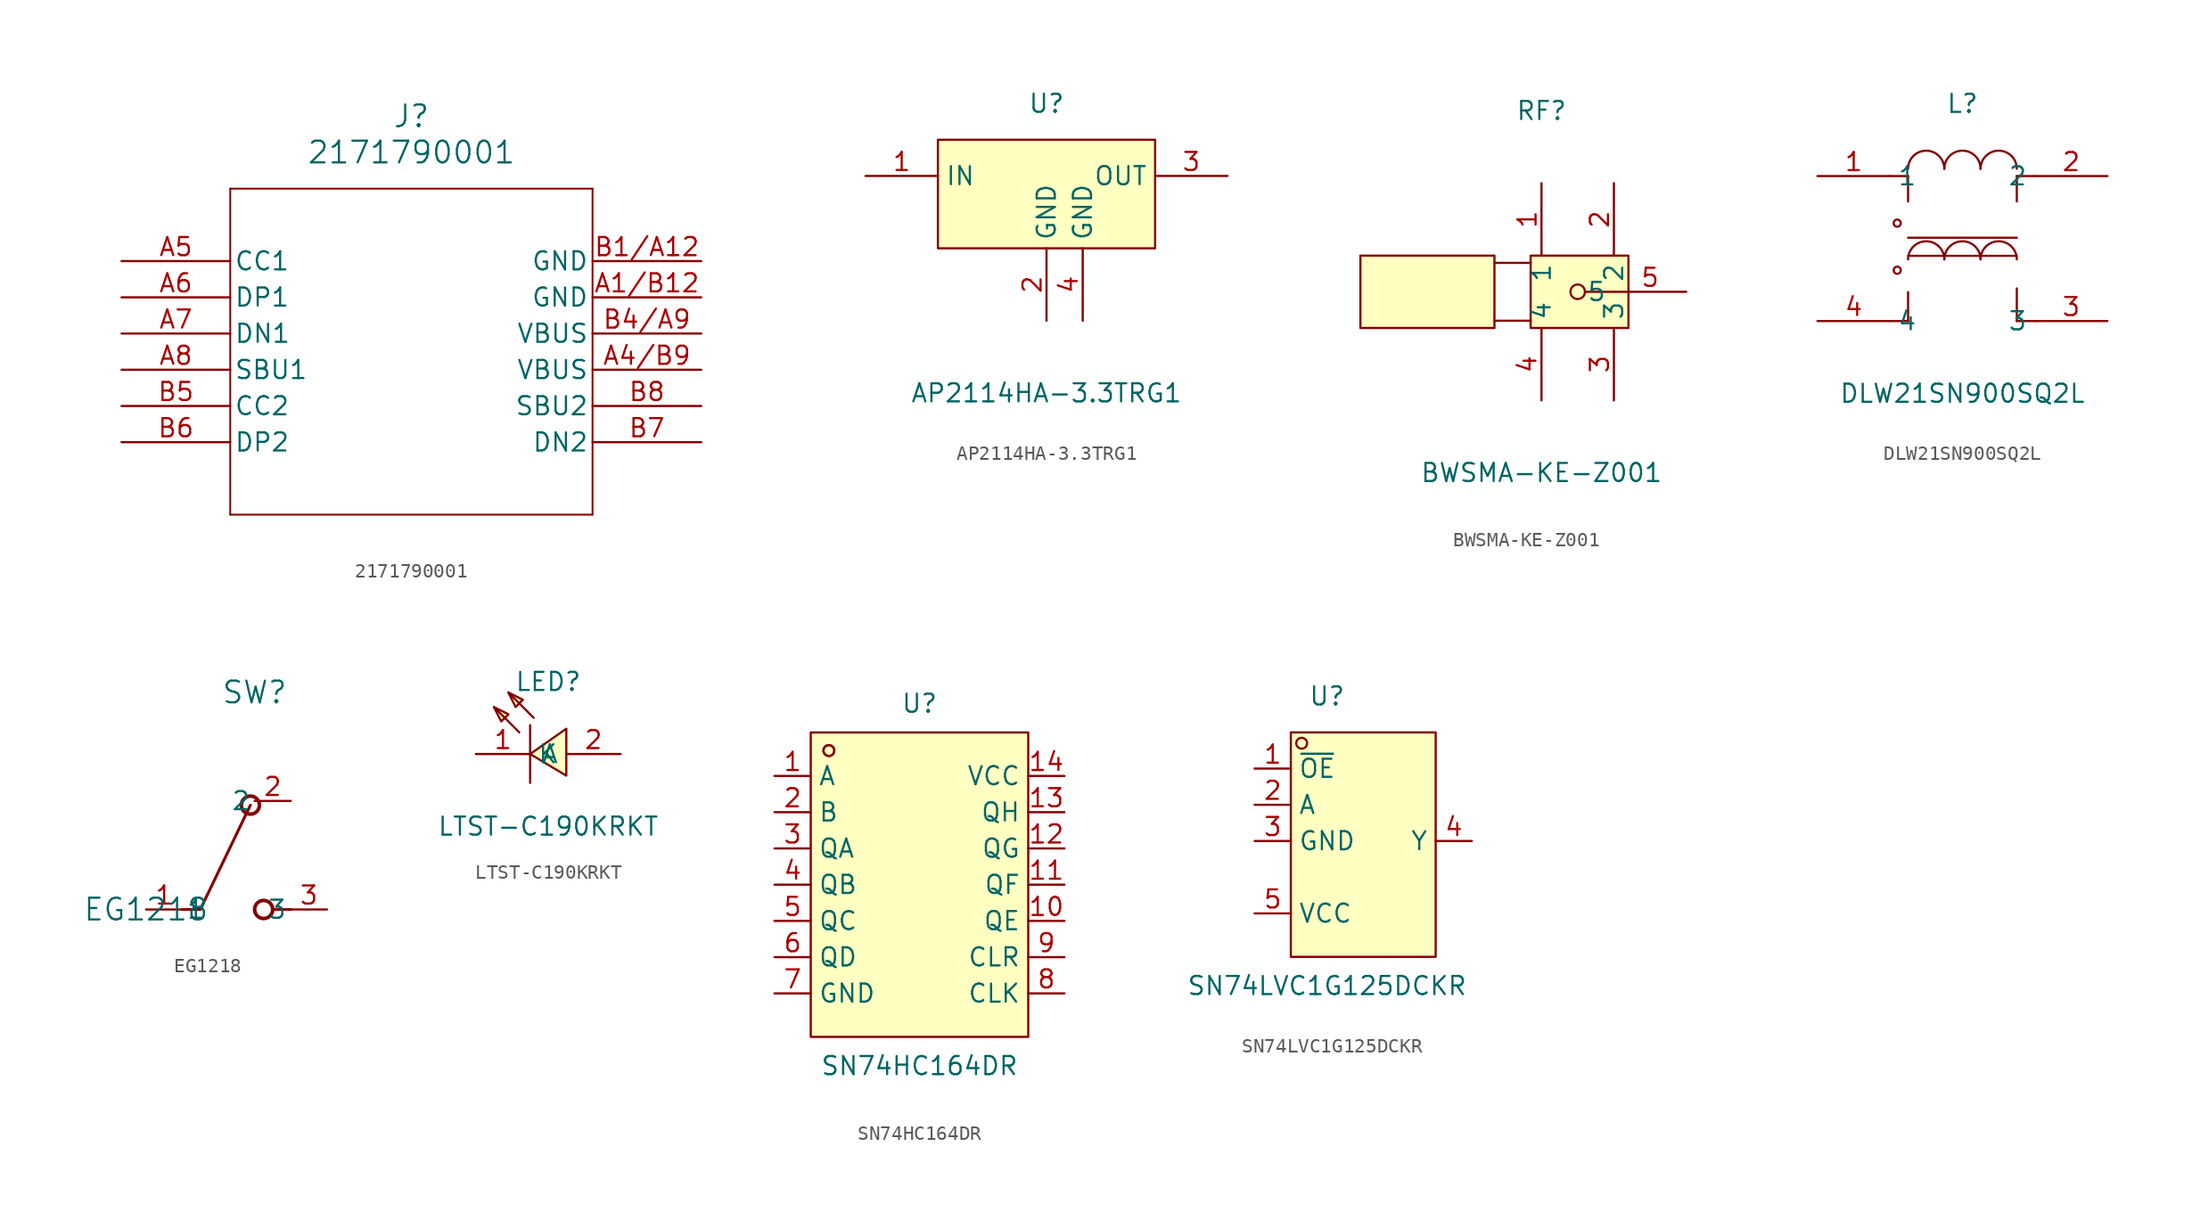
<source format=kicad_sym>
(kicad_symbol_lib
  (version 20220914)
  (generator kicad_symbol_editor)
  (symbol "2171790001"
    (pin_names
      (offset 0.254))
    (property "Reference" "J"
      (at 20.32 10.16 0)
      (effects (font (size 1.524 1.524))))
    (property "Value" "2171790001"
      (at 20.32 7.62 0)
      (effects (font (size 1.524 1.524))))
    (property "ki_locked" ""
      (at 0 0 0)
      (effects (font (size 1.27 1.27))))
    (symbol "2171790001_0_1"
      (polyline (pts (xy 7.62 -17.78) (xy 33.02 -17.78)) (stroke (width 0.127) (type default)) (fill (type none)))
      (polyline (pts (xy 7.62 5.08) (xy 7.62 -17.78)) (stroke (width 0.127) (type default)) (fill (type none)))
      (polyline (pts (xy 33.02 -17.78) (xy 33.02 5.08)) (stroke (width 0.127) (type default)) (fill (type none)))
      (polyline (pts (xy 33.02 5.08) (xy 7.62 5.08)) (stroke (width 0.127) (type default)) (fill (type none)))
      (pin power_out line (at 40.64 -2.54 180) (length 7.62) (name "GND" (effects (font (size 1.27 1.27)))) (number "A1/B12" (effects (font (size 1.27 1.27)))))
      (pin power_in line (at 40.64 -7.62 180) (length 7.62) (name "VBUS" (effects (font (size 1.27 1.27)))) (number "A4/B9" (effects (font (size 1.27 1.27)))))
      (pin bidirectional line (at 0 0 0) (length 7.62) (name "CC1" (effects (font (size 1.27 1.27)))) (number "A5" (effects (font (size 1.27 1.27)))))
      (pin bidirectional line (at 0 -2.54 0) (length 7.62) (name "DP1" (effects (font (size 1.27 1.27)))) (number "A6" (effects (font (size 1.27 1.27)))))
      (pin bidirectional line (at 0 -5.08 0) (length 7.62) (name "DN1" (effects (font (size 1.27 1.27)))) (number "A7" (effects (font (size 1.27 1.27)))))
      (pin bidirectional line (at 0 -7.62 0) (length 7.62) (name "SBU1" (effects (font (size 1.27 1.27)))) (number "A8" (effects (font (size 1.27 1.27)))))
      (pin power_out line (at 40.64 0 180) (length 7.62) (name "GND" (effects (font (size 1.27 1.27)))) (number "B1/A12" (effects (font (size 1.27 1.27)))))
      (pin power_in line (at 40.64 -5.08 180) (length 7.62) (name "VBUS" (effects (font (size 1.27 1.27)))) (number "B4/A9" (effects (font (size 1.27 1.27)))))
      (pin bidirectional line (at 0 -10.16 0) (length 7.62) (name "CC2" (effects (font (size 1.27 1.27)))) (number "B5" (effects (font (size 1.27 1.27)))))
      (pin bidirectional line (at 0 -12.7 0) (length 7.62) (name "DP2" (effects (font (size 1.27 1.27)))) (number "B6" (effects (font (size 1.27 1.27)))))
      (pin bidirectional line (at 40.64 -12.7 180) (length 7.62) (name "DN2" (effects (font (size 1.27 1.27)))) (number "B7" (effects (font (size 1.27 1.27)))))
      (pin bidirectional line (at 40.64 -10.16 180) (length 7.62) (name "SBU2" (effects (font (size 1.27 1.27)))) (number "B8" (effects (font (size 1.27 1.27)))))))
  (symbol "AP2114HA-3.3TRG1"
    (property "Reference" "U"
      (at 0 5.08 0)
      (effects (font (size 1.27 1.27))))
    (property "Value" "AP2114HA-3.3TRG1"
      (at 0 -15.24 0)
      (effects (font (size 1.27 1.27))))
    (symbol "AP2114HA-3.3TRG1_0_1"
      (rectangle (start -7.62 2.54) (end 7.62 -5.08) (stroke (width 0) (type default)) (fill (type background)))
      (pin power_in line (at -12.7 0 0) (length 5.08) (name "IN" (effects (font (size 1.27 1.27)))) (number "1" (effects (font (size 1.27 1.27)))))
      (pin power_in line (at 0 -10.16 90) (length 5.08) (name "GND" (effects (font (size 1.27 1.27)))) (number "2" (effects (font (size 1.27 1.27)))))
      (pin power_in line (at 2.54 -10.16 90) (length 5.08) (name "GND" (effects (font (size 1.27 1.27)))) (number "4" (effects (font (size 1.27 1.27))))))
    (symbol "AP2114HA-3.3TRG1_1_1"
      (pin power_out line (at 12.7 0 180) (length 5.08) (name "OUT" (effects (font (size 1.27 1.27)))) (number "3" (effects (font (size 1.27 1.27)))))))
  (symbol "BWSMA-KE-Z001"
    (property "Reference" "RF"
      (at 0 12.7 0)
      (effects (font (size 1.27 1.27))))
    (property "Value" "BWSMA-KE-Z001"
      (at 0 -12.7 0)
      (effects (font (size 1.27 1.27))))
    (symbol "BWSMA-KE-Z001_0_1"
      (rectangle (start -12.7 2.54) (end -3.3 -2.54) (stroke (width 0) (type default)) (fill (type background)))
      (rectangle (start -0.76 2.54) (end 6.1 -2.54) (stroke (width 0) (type default)) (fill (type background)))
      (polyline (pts (xy -3.3 -2.03) (xy -0.76 -2.03)) (stroke (width 0) (type default)) (fill (type none)))
      (polyline (pts (xy -3.3 2.03) (xy -0.76 2.03)) (stroke (width 0) (type default)) (fill (type none)))
      (polyline (pts (xy 3.05 0) (xy 5.08 0)) (stroke (width 0) (type default)) (fill (type none)))
      (circle (center 2.54 0) (radius 0.51) (stroke (width 0) (type default)) (fill (type none)))
      (pin unspecified line (at 0 7.62 270) (length 5.08) (name "1" (effects (font (size 1.27 1.27)))) (number "1" (effects (font (size 1.27 1.27)))))
      (pin unspecified line (at 5.08 7.62 270) (length 5.08) (name "2" (effects (font (size 1.27 1.27)))) (number "2" (effects (font (size 1.27 1.27)))))
      (pin unspecified line (at 5.08 -7.62 90) (length 5.08) (name "3" (effects (font (size 1.27 1.27)))) (number "3" (effects (font (size 1.27 1.27)))))
      (pin unspecified line (at 0 -7.62 90) (length 5.08) (name "4" (effects (font (size 1.27 1.27)))) (number "4" (effects (font (size 1.27 1.27)))))
      (pin unspecified line (at 10.16 0 180) (length 5.08) (name "5" (effects (font (size 1.27 1.27)))) (number "5" (effects (font (size 1.27 1.27)))))))
  (symbol "DLW21SN900SQ2L"
    (property "Reference" "L"
      (at 0 8.89 0)
      (effects (font (size 1.27 1.27))))
    (property "Value" "DLW21SN900SQ2L"
      (at 0 -11.43 0)
      (effects (font (size 1.27 1.27))))
    (symbol "DLW21SN900SQ2L_0_1"
      (circle (center -4.57 -2.79) (radius 0.25) (stroke (width 0) (type default)) (fill (type none)))
      (circle (center -4.57 0.51) (radius 0.25) (stroke (width 0) (type default)) (fill (type none)))
      (arc (start -1.27 -2.03) (mid -2.54 -0.761) (end -3.81 -2.03) (stroke (width 0) (type default)) (fill (type none)))
      (arc (start -1.27 4.32) (mid -2.27 5.56) (end -3.81 4.32) (stroke (width 0) (type default)) (fill (type none)))
      (polyline (pts (xy -5.08 -6.35) (xy -3.81 -6.35)) (stroke (width 0) (type default)) (fill (type none)))
      (polyline (pts (xy -5.08 3.81) (xy -3.81 3.81)) (stroke (width 0) (type default)) (fill (type none)))
      (polyline (pts (xy -3.81 -6.35) (xy -3.81 -4.32)) (stroke (width 0) (type default)) (fill (type none)))
      (polyline (pts (xy -3.81 3.81) (xy -3.81 2.03)) (stroke (width 0) (type default)) (fill (type none)))
      (polyline (pts (xy 3.81 -6.35) (xy 3.81 -4.06)) (stroke (width 0) (type default)) (fill (type none)))
      (polyline (pts (xy 3.81 -6.35) (xy 5.08 -6.35)) (stroke (width 0) (type default)) (fill (type none)))
      (polyline (pts (xy 3.81 -1.78) (xy -3.81 -1.78)) (stroke (width 0) (type default)) (fill (type none)))
      (polyline (pts (xy 3.81 -0.51) (xy -3.81 -0.51)) (stroke (width 0) (type default)) (fill (type none)))
      (polyline (pts (xy 3.81 3.81) (xy 3.81 2.03)) (stroke (width 0) (type default)) (fill (type none)))
      (polyline (pts (xy 3.81 3.81) (xy 5.08 3.81)) (stroke (width 0) (type default)) (fill (type none)))
      (arc (start 1.27 -2.03) (mid 0 -0.761) (end -1.27 -2.03) (stroke (width 0) (type default)) (fill (type none)))
      (arc (start 1.27 4.32) (mid 0.27 5.56) (end -1.27 4.32) (stroke (width 0) (type default)) (fill (type none)))
      (arc (start 3.81 -2.03) (mid 2.54 -0.761) (end 1.27 -2.03) (stroke (width 0) (type default)) (fill (type none)))
      (arc (start 3.81 4.32) (mid 2.81 5.56) (end 1.27 4.32) (stroke (width 0) (type default)) (fill (type none)))
      (pin unspecified line (at -10.16 3.81 0) (length 5.08) (name "1" (effects (font (size 1.27 1.27)))) (number "1" (effects (font (size 1.27 1.27)))))
      (pin unspecified line (at 10.16 3.81 180) (length 5.08) (name "2" (effects (font (size 1.27 1.27)))) (number "2" (effects (font (size 1.27 1.27)))))
      (pin unspecified line (at 10.16 -6.35 180) (length 5.08) (name "3" (effects (font (size 1.27 1.27)))) (number "3" (effects (font (size 1.27 1.27)))))
      (pin unspecified line (at -10.16 -6.35 0) (length 5.08) (name "4" (effects (font (size 1.27 1.27)))) (number "4" (effects (font (size 1.27 1.27)))))))
  (symbol "EG1218"
    (pin_names
      (offset 0.254))
    (property "Reference" "SW"
      (at 7.62 15.24 0)
      (effects (font (size 1.524 1.524))))
    (property "Value" "EG1218"
      (at 0 0 0)
      (effects (font (size 1.524 1.524))))
    (property "ki_locked" ""
      (at 0 0 0)
      (effects (font (size 1.27 1.27))))
    (symbol "EG1218_0_1"
      (polyline (pts (xy 2.54 0) (xy 3.81 0)) (stroke (width 0.203) (type default)) (fill (type none)))
      (polyline (pts (xy 7.325 7.325) (xy 3.81 0)) (stroke (width 0.203) (type default)) (fill (type none)))
      (polyline (pts (xy 10.16 0) (xy 8.89 0)) (stroke (width 0.203) (type default)) (fill (type none)))
      (circle (center 7.325 7.325) (radius 0.635) (stroke (width 0.254) (type default)) (fill (type none)))
      (circle (center 8.255 0) (radius 0.635) (stroke (width 0.254) (type default)) (fill (type none)))
      (pin unspecified line (at 0 0 0) (length 2.54) (name "1" (effects (font (size 1.27 1.27)))) (number "1" (effects (font (size 1.27 1.27)))))
      (pin unspecified line (at 10.16 7.62 180) (length 2.54) (name "2" (effects (font (size 1.27 1.27)))) (number "2" (effects (font (size 1.27 1.27)))))
      (pin unspecified line (at 12.7 0 180) (length 2.54) (name "3" (effects (font (size 1.27 1.27)))) (number "3" (effects (font (size 1.27 1.27)))))))
  (symbol "LTST-C190KRKT"
    (property "Reference" "LED"
      (at 0 3.81 0)
      (effects (font (size 1.27 1.27))))
    (property "Value" "LTST-C190KRKT"
      (at 0 -6.35 0)
      (effects (font (size 1.27 1.27))))
    (symbol "LTST-C190KRKT_0_1"
      (polyline (pts (xy -2.03 0.25) (xy -3.81 2.03)) (stroke (width 0) (type default)) (fill (type none)))
      (polyline (pts (xy -1.27 0.76) (xy -1.27 -3.3)) (stroke (width 0) (type default)) (fill (type none)))
      (polyline (pts (xy -1.02 1.27) (xy -2.79 3.05)) (stroke (width 0) (type default)) (fill (type none)))
      (polyline (pts (xy -3.81 2.03) (xy -2.79 1.52) (xy -3.3 1.02) (xy -3.81 2.03)) (stroke (width 0) (type default)) (fill (type background)))
      (polyline (pts (xy -2.79 3.05) (xy -1.78 2.54) (xy -2.29 2.03) (xy -2.79 3.05)) (stroke (width 0) (type default)) (fill (type background)))
      (polyline (pts (xy 1.27 -2.79) (xy -1.27 -1.27) (xy 1.27 0.51) (xy 1.27 -2.79)) (stroke (width 0) (type default)) (fill (type background)))
      (pin unspecified line (at -5.08 -1.27 0) (length 3.81) (name "K" (effects (font (size 1.27 1.27)))) (number "1" (effects (font (size 1.27 1.27)))))
      (pin unspecified line (at 5.08 -1.27 180) (length 3.81) (name "A" (effects (font (size 1.27 1.27)))) (number "2" (effects (font (size 1.27 1.27)))))))
  (symbol "SN74HC164DR"
    (property "Reference" "U"
      (at 0 12.7 0)
      (effects (font (size 1.27 1.27))))
    (property "Value" "SN74HC164DR"
      (at 0 -12.7 0)
      (effects (font (size 1.27 1.27))))
    (symbol "SN74HC164DR_0_1"
      (rectangle (start -7.62 10.67) (end 7.62 -10.67) (stroke (width 0) (type default)) (fill (type background)))
      (circle (center -6.35 9.4) (radius 0.38) (stroke (width 0) (type default)) (fill (type none)))
      (circle (center -6.35 9.4) (radius 0.38) (stroke (width 0) (type default)) (fill (type none)))
      (pin unspecified line (at -10.16 7.62 0) (length 2.54) (name "A" (effects (font (size 1.27 1.27)))) (number "1" (effects (font (size 1.27 1.27)))))
      (pin unspecified line (at 10.16 -2.54 180) (length 2.54) (name "QE" (effects (font (size 1.27 1.27)))) (number "10" (effects (font (size 1.27 1.27)))))
      (pin unspecified line (at 10.16 0 180) (length 2.54) (name "QF" (effects (font (size 1.27 1.27)))) (number "11" (effects (font (size 1.27 1.27)))))
      (pin unspecified line (at 10.16 2.54 180) (length 2.54) (name "QG" (effects (font (size 1.27 1.27)))) (number "12" (effects (font (size 1.27 1.27)))))
      (pin unspecified line (at 10.16 5.08 180) (length 2.54) (name "QH" (effects (font (size 1.27 1.27)))) (number "13" (effects (font (size 1.27 1.27)))))
      (pin unspecified line (at 10.16 7.62 180) (length 2.54) (name "VCC" (effects (font (size 1.27 1.27)))) (number "14" (effects (font (size 1.27 1.27)))))
      (pin unspecified line (at -10.16 5.08 0) (length 2.54) (name "B" (effects (font (size 1.27 1.27)))) (number "2" (effects (font (size 1.27 1.27)))))
      (pin unspecified line (at -10.16 2.54 0) (length 2.54) (name "QA" (effects (font (size 1.27 1.27)))) (number "3" (effects (font (size 1.27 1.27)))))
      (pin unspecified line (at -10.16 0 0) (length 2.54) (name "QB" (effects (font (size 1.27 1.27)))) (number "4" (effects (font (size 1.27 1.27)))))
      (pin unspecified line (at -10.16 -2.54 0) (length 2.54) (name "QC" (effects (font (size 1.27 1.27)))) (number "5" (effects (font (size 1.27 1.27)))))
      (pin unspecified line (at -10.16 -5.08 0) (length 2.54) (name "QD" (effects (font (size 1.27 1.27)))) (number "6" (effects (font (size 1.27 1.27)))))
      (pin unspecified line (at -10.16 -7.62 0) (length 2.54) (name "GND" (effects (font (size 1.27 1.27)))) (number "7" (effects (font (size 1.27 1.27)))))
      (pin unspecified line (at 10.16 -7.62 180) (length 2.54) (name "CLK" (effects (font (size 1.27 1.27)))) (number "8" (effects (font (size 1.27 1.27)))))
      (pin unspecified line (at 10.16 -5.08 180) (length 2.54) (name "CLR" (effects (font (size 1.27 1.27)))) (number "9" (effects (font (size 1.27 1.27)))))))
  (symbol "SN74LVC1G125DCKR"
    (property "Reference" "U"
      (at 0 10.16 0)
      (effects (font (size 1.27 1.27))))
    (property "Value" "SN74LVC1G125DCKR"
      (at 0 -10.16 0)
      (effects (font (size 1.27 1.27))))
    (symbol "SN74LVC1G125DCKR_0_1"
      (rectangle (start -2.54 7.62) (end 7.62 -8.13) (stroke (width 0) (type default)) (fill (type background)))
      (circle (center -1.78 6.86) (radius 0.38) (stroke (width 0) (type default)) (fill (type none)))
      (pin unspecified line (at -5.08 5.08 0) (length 2.54) (name "~{OE}" (effects (font (size 1.27 1.27)))) (number "1" (effects (font (size 1.27 1.27)))))
      (pin unspecified line (at -5.08 2.54 0) (length 2.54) (name "A" (effects (font (size 1.27 1.27)))) (number "2" (effects (font (size 1.27 1.27)))))
      (pin unspecified line (at -5.08 0 0) (length 2.54) (name "GND" (effects (font (size 1.27 1.27)))) (number "3" (effects (font (size 1.27 1.27)))))
      (pin unspecified line (at 10.16 0 180) (length 2.54) (name "Y" (effects (font (size 1.27 1.27)))) (number "4" (effects (font (size 1.27 1.27)))))
      (pin unspecified line (at -5.08 -5.08 0) (length 2.54) (name "VCC" (effects (font (size 1.27 1.27)))) (number "5" (effects (font (size 1.27 1.27))))))))
</source>
